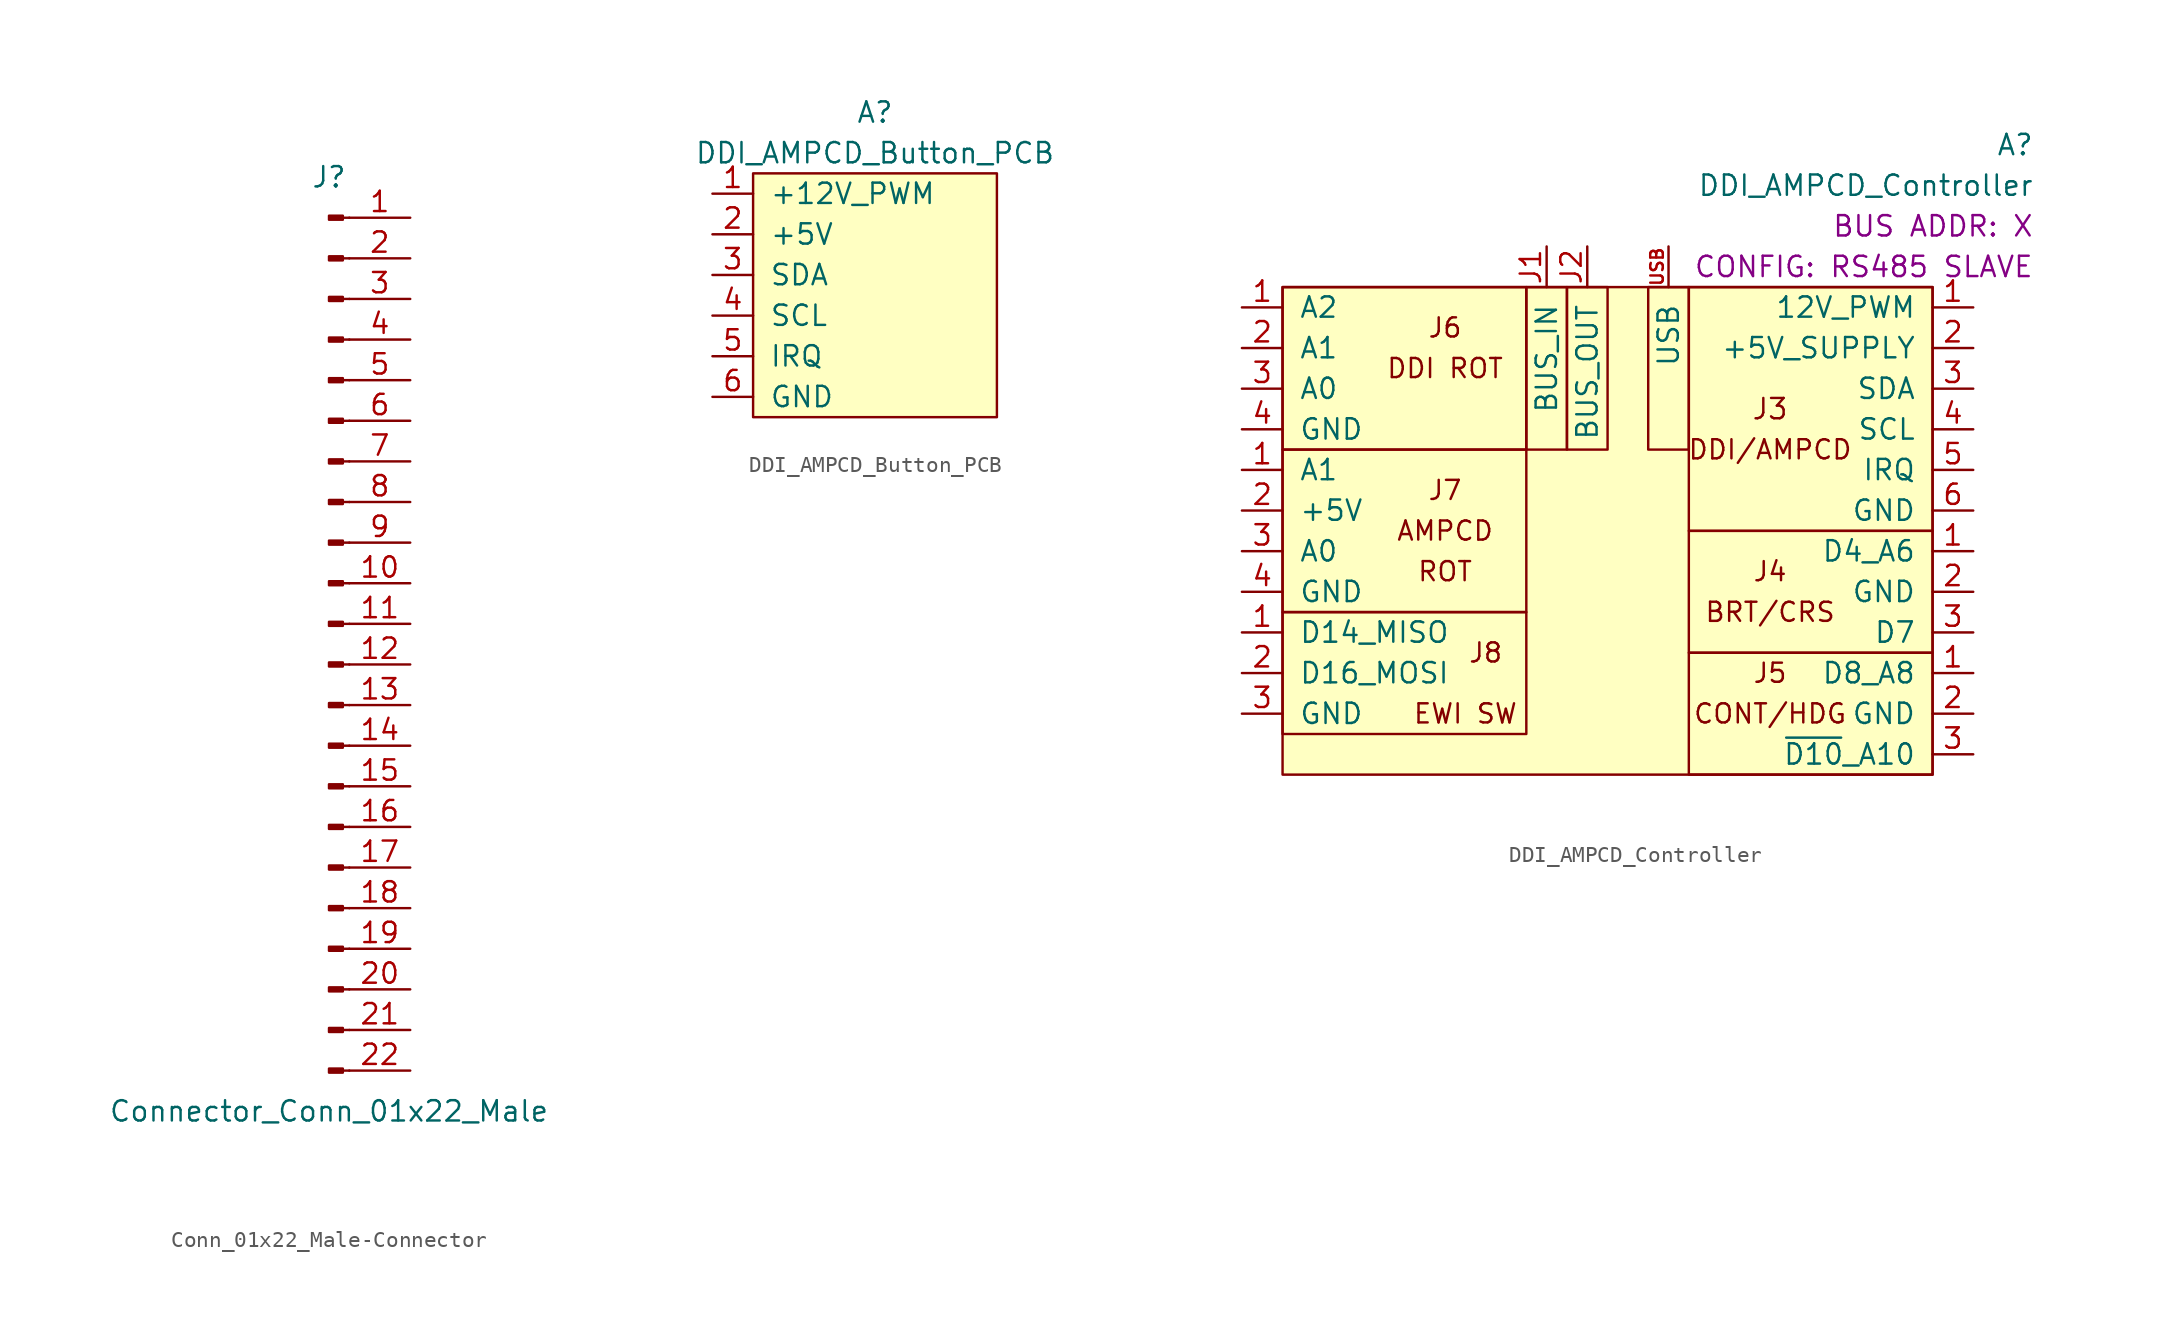
<source format=kicad_sym>
(kicad_symbol_lib
  (version 20231120)
  (generator "kicad_symbol_editor")
  (generator_version "8.0")
  (symbol "Conn_01x22_Male-Connector"
    (pin_names
      (offset 1.016) hide)
    (property "Reference" "J"
      (at 0 27.94 0)
      (effects (font (size 1.27 1.27))))
    (property "Value" "Connector_Conn_01x22_Male"
      (at 0 -30.48 0)
      (effects (font (size 1.27 1.27))))
    (symbol "Conn_01x22_Male-Connector_1_1"
      (polyline (pts (xy 1.27 -27.94) (xy 0.864 -27.94)) (stroke (width 0.152) (type solid)) (fill (type none)))
      (polyline (pts (xy 1.27 -25.4) (xy 0.864 -25.4)) (stroke (width 0.152) (type solid)) (fill (type none)))
      (polyline (pts (xy 1.27 -22.86) (xy 0.864 -22.86)) (stroke (width 0.152) (type solid)) (fill (type none)))
      (polyline (pts (xy 1.27 -20.32) (xy 0.864 -20.32)) (stroke (width 0.152) (type solid)) (fill (type none)))
      (polyline (pts (xy 1.27 -17.78) (xy 0.864 -17.78)) (stroke (width 0.152) (type solid)) (fill (type none)))
      (polyline (pts (xy 1.27 -15.24) (xy 0.864 -15.24)) (stroke (width 0.152) (type solid)) (fill (type none)))
      (polyline (pts (xy 1.27 -12.7) (xy 0.864 -12.7)) (stroke (width 0.152) (type solid)) (fill (type none)))
      (polyline (pts (xy 1.27 -10.16) (xy 0.864 -10.16)) (stroke (width 0.152) (type solid)) (fill (type none)))
      (polyline (pts (xy 1.27 -7.62) (xy 0.864 -7.62)) (stroke (width 0.152) (type solid)) (fill (type none)))
      (polyline (pts (xy 1.27 -5.08) (xy 0.864 -5.08)) (stroke (width 0.152) (type solid)) (fill (type none)))
      (polyline (pts (xy 1.27 -2.54) (xy 0.864 -2.54)) (stroke (width 0.152) (type solid)) (fill (type none)))
      (polyline (pts (xy 1.27 0) (xy 0.864 0)) (stroke (width 0.152) (type solid)) (fill (type none)))
      (polyline (pts (xy 1.27 2.54) (xy 0.864 2.54)) (stroke (width 0.152) (type solid)) (fill (type none)))
      (polyline (pts (xy 1.27 5.08) (xy 0.864 5.08)) (stroke (width 0.152) (type solid)) (fill (type none)))
      (polyline (pts (xy 1.27 7.62) (xy 0.864 7.62)) (stroke (width 0.152) (type solid)) (fill (type none)))
      (polyline (pts (xy 1.27 10.16) (xy 0.864 10.16)) (stroke (width 0.152) (type solid)) (fill (type none)))
      (polyline (pts (xy 1.27 12.7) (xy 0.864 12.7)) (stroke (width 0.152) (type solid)) (fill (type none)))
      (polyline (pts (xy 1.27 15.24) (xy 0.864 15.24)) (stroke (width 0.152) (type solid)) (fill (type none)))
      (polyline (pts (xy 1.27 17.78) (xy 0.864 17.78)) (stroke (width 0.152) (type solid)) (fill (type none)))
      (polyline (pts (xy 1.27 20.32) (xy 0.864 20.32)) (stroke (width 0.152) (type solid)) (fill (type none)))
      (polyline (pts (xy 1.27 22.86) (xy 0.864 22.86)) (stroke (width 0.152) (type solid)) (fill (type none)))
      (polyline (pts (xy 1.27 25.4) (xy 0.864 25.4)) (stroke (width 0.152) (type solid)) (fill (type none)))
      (rectangle (start 0.864 -27.813) (end 0 -28.067) (stroke (width 0.152) (type solid)) (fill (type outline)))
      (rectangle (start 0.864 -25.273) (end 0 -25.527) (stroke (width 0.152) (type solid)) (fill (type outline)))
      (rectangle (start 0.864 -22.733) (end 0 -22.987) (stroke (width 0.152) (type solid)) (fill (type outline)))
      (rectangle (start 0.864 -20.193) (end 0 -20.447) (stroke (width 0.152) (type solid)) (fill (type outline)))
      (rectangle (start 0.864 -17.653) (end 0 -17.907) (stroke (width 0.152) (type solid)) (fill (type outline)))
      (rectangle (start 0.864 -15.113) (end 0 -15.367) (stroke (width 0.152) (type solid)) (fill (type outline)))
      (rectangle (start 0.864 -12.573) (end 0 -12.827) (stroke (width 0.152) (type solid)) (fill (type outline)))
      (rectangle (start 0.864 -10.033) (end 0 -10.287) (stroke (width 0.152) (type solid)) (fill (type outline)))
      (rectangle (start 0.864 -7.493) (end 0 -7.747) (stroke (width 0.152) (type solid)) (fill (type outline)))
      (rectangle (start 0.864 -4.953) (end 0 -5.207) (stroke (width 0.152) (type solid)) (fill (type outline)))
      (rectangle (start 0.864 -2.413) (end 0 -2.667) (stroke (width 0.152) (type solid)) (fill (type outline)))
      (rectangle (start 0.864 0.127) (end 0 -0.127) (stroke (width 0.152) (type solid)) (fill (type outline)))
      (rectangle (start 0.864 2.667) (end 0 2.413) (stroke (width 0.152) (type solid)) (fill (type outline)))
      (rectangle (start 0.864 5.207) (end 0 4.953) (stroke (width 0.152) (type solid)) (fill (type outline)))
      (rectangle (start 0.864 7.747) (end 0 7.493) (stroke (width 0.152) (type solid)) (fill (type outline)))
      (rectangle (start 0.864 10.287) (end 0 10.033) (stroke (width 0.152) (type solid)) (fill (type outline)))
      (rectangle (start 0.864 12.827) (end 0 12.573) (stroke (width 0.152) (type solid)) (fill (type outline)))
      (rectangle (start 0.864 15.367) (end 0 15.113) (stroke (width 0.152) (type solid)) (fill (type outline)))
      (rectangle (start 0.864 17.907) (end 0 17.653) (stroke (width 0.152) (type solid)) (fill (type outline)))
      (rectangle (start 0.864 20.447) (end 0 20.193) (stroke (width 0.152) (type solid)) (fill (type outline)))
      (rectangle (start 0.864 22.987) (end 0 22.733) (stroke (width 0.152) (type solid)) (fill (type outline)))
      (rectangle (start 0.864 25.527) (end 0 25.273) (stroke (width 0.152) (type solid)) (fill (type outline)))
      (pin passive line (at 5.08 25.4 180) (length 3.81) (name "Pin_1" (effects (font (size 1.27 1.27)))) (number "1" (effects (font (size 1.27 1.27)))))
      (pin passive line (at 5.08 2.54 180) (length 3.81) (name "Pin_10" (effects (font (size 1.27 1.27)))) (number "10" (effects (font (size 1.27 1.27)))))
      (pin passive line (at 5.08 0 180) (length 3.81) (name "Pin_11" (effects (font (size 1.27 1.27)))) (number "11" (effects (font (size 1.27 1.27)))))
      (pin passive line (at 5.08 -2.54 180) (length 3.81) (name "Pin_12" (effects (font (size 1.27 1.27)))) (number "12" (effects (font (size 1.27 1.27)))))
      (pin passive line (at 5.08 -5.08 180) (length 3.81) (name "Pin_13" (effects (font (size 1.27 1.27)))) (number "13" (effects (font (size 1.27 1.27)))))
      (pin passive line (at 5.08 -7.62 180) (length 3.81) (name "Pin_14" (effects (font (size 1.27 1.27)))) (number "14" (effects (font (size 1.27 1.27)))))
      (pin passive line (at 5.08 -10.16 180) (length 3.81) (name "Pin_15" (effects (font (size 1.27 1.27)))) (number "15" (effects (font (size 1.27 1.27)))))
      (pin passive line (at 5.08 -12.7 180) (length 3.81) (name "Pin_16" (effects (font (size 1.27 1.27)))) (number "16" (effects (font (size 1.27 1.27)))))
      (pin passive line (at 5.08 -15.24 180) (length 3.81) (name "Pin_17" (effects (font (size 1.27 1.27)))) (number "17" (effects (font (size 1.27 1.27)))))
      (pin passive line (at 5.08 -17.78 180) (length 3.81) (name "Pin_18" (effects (font (size 1.27 1.27)))) (number "18" (effects (font (size 1.27 1.27)))))
      (pin passive line (at 5.08 -20.32 180) (length 3.81) (name "Pin_19" (effects (font (size 1.27 1.27)))) (number "19" (effects (font (size 1.27 1.27)))))
      (pin passive line (at 5.08 22.86 180) (length 3.81) (name "Pin_2" (effects (font (size 1.27 1.27)))) (number "2" (effects (font (size 1.27 1.27)))))
      (pin passive line (at 5.08 -22.86 180) (length 3.81) (name "Pin_20" (effects (font (size 1.27 1.27)))) (number "20" (effects (font (size 1.27 1.27)))))
      (pin passive line (at 5.08 -25.4 180) (length 3.81) (name "Pin_21" (effects (font (size 1.27 1.27)))) (number "21" (effects (font (size 1.27 1.27)))))
      (pin passive line (at 5.08 -27.94 180) (length 3.81) (name "Pin_22" (effects (font (size 1.27 1.27)))) (number "22" (effects (font (size 1.27 1.27)))))
      (pin passive line (at 5.08 20.32 180) (length 3.81) (name "Pin_3" (effects (font (size 1.27 1.27)))) (number "3" (effects (font (size 1.27 1.27)))))
      (pin passive line (at 5.08 17.78 180) (length 3.81) (name "Pin_4" (effects (font (size 1.27 1.27)))) (number "4" (effects (font (size 1.27 1.27)))))
      (pin passive line (at 5.08 15.24 180) (length 3.81) (name "Pin_5" (effects (font (size 1.27 1.27)))) (number "5" (effects (font (size 1.27 1.27)))))
      (pin passive line (at 5.08 12.7 180) (length 3.81) (name "Pin_6" (effects (font (size 1.27 1.27)))) (number "6" (effects (font (size 1.27 1.27)))))
      (pin passive line (at 5.08 10.16 180) (length 3.81) (name "Pin_7" (effects (font (size 1.27 1.27)))) (number "7" (effects (font (size 1.27 1.27)))))
      (pin passive line (at 5.08 7.62 180) (length 3.81) (name "Pin_8" (effects (font (size 1.27 1.27)))) (number "8" (effects (font (size 1.27 1.27)))))
      (pin passive line (at 5.08 5.08 180) (length 3.81) (name "Pin_9" (effects (font (size 1.27 1.27)))) (number "9" (effects (font (size 1.27 1.27)))))))
  (symbol "DDI_AMPCD_Button_PCB"
    (pin_names
      (offset 1.016))
    (property "Reference" "A"
      (at 0 11.43 0)
      (effects (font (size 1.27 1.27))))
    (property "Value" "DDI_AMPCD_Button_PCB"
      (at 0 8.89 0)
      (effects (font (size 1.27 1.27))))
    (symbol "DDI_AMPCD_Button_PCB_0_0"
      (rectangle (start -7.62 7.62) (end 7.62 -7.62) (stroke (width 0) (type default)) (fill (type background)))
      (pin power_in line (at -10.16 6.35 0) (length 2.54) (name "+12V_PWM" (effects (font (size 1.27 1.27)))) (number "1" (effects (font (size 1.27 1.27)))))
      (pin bidirectional line (at -10.16 3.81 0) (length 2.54) (name "+5V" (effects (font (size 1.27 1.27)))) (number "2" (effects (font (size 1.27 1.27)))))
      (pin bidirectional line (at -10.16 1.27 0) (length 2.54) (name "SDA" (effects (font (size 1.27 1.27)))) (number "3" (effects (font (size 1.27 1.27)))))
      (pin bidirectional line (at -10.16 -1.27 0) (length 2.54) (name "SCL" (effects (font (size 1.27 1.27)))) (number "4" (effects (font (size 1.27 1.27)))))
      (pin power_out line (at -10.16 -3.81 0) (length 2.54) (name "IRQ" (effects (font (size 1.27 1.27)))) (number "5" (effects (font (size 1.27 1.27)))))
      (pin unspecified line (at -10.16 -6.35 0) (length 2.54) (name "GND" (effects (font (size 1.27 1.27)))) (number "6" (effects (font (size 1.27 1.27)))))))
  (symbol "DDI_AMPCD_Controller"
    (pin_names
      (offset 1.016))
    (property "Reference" "A"
      (at 38.1 49.53 0)
      (effects (font (size 1.27 1.27)) (justify right)))
    (property "Value" "DDI_AMPCD_Controller"
      (at 38.1 46.99 0)
      (effects (font (size 1.27 1.27)) (justify right)))
    (property "CONFIG" "CONFIG: RS485 SLAVE"
      (at 38.1 41.91 0)
      (effects (font (size 1.27 1.27)) (justify right)))
    (property "RS485 ADDR" "BUS ADDR: X"
      (at 38.1 44.45 0)
      (effects (font (size 1.27 1.27)) (justify right)))
    (symbol "DDI_AMPCD_Controller_0_0"
      (rectangle (start -8.89 20.32) (end 6.35 12.7) (stroke (width 0) (type default)) (fill (type none)))
      (rectangle (start -8.89 30.48) (end 6.35 20.32) (stroke (width 0) (type default)) (fill (type none)))
      (rectangle (start -8.89 30.48) (end 6.35 40.64) (stroke (width 0) (type default)) (fill (type none)))
      (rectangle (start -8.89 40.64) (end 31.75 10.16) (stroke (width 0) (type default)) (fill (type background)))
      (rectangle (start 6.35 40.64) (end 8.89 30.48) (stroke (width 0) (type default)) (fill (type none)))
      (rectangle (start 8.89 40.64) (end 11.43 30.48) (stroke (width 0) (type default)) (fill (type none)))
      (rectangle (start 13.97 40.64) (end 16.51 30.48) (stroke (width 0) (type default)) (fill (type none)))
      (rectangle (start 31.75 17.78) (end 16.51 10.16) (stroke (width 0) (type default)) (fill (type none)))
      (rectangle (start 31.75 25.4) (end 16.51 17.78) (stroke (width 0) (type default)) (fill (type none)))
      (rectangle (start 31.75 25.4) (end 16.51 40.64) (stroke (width 0) (type default)) (fill (type none)))
      (text "AMPCD" (at 1.27 25.4 0) (effects (font (size 1.194 1.194))))
      (text "BRT/CRS" (at 21.59 20.32 0) (effects (font (size 1.194 1.194))))
      (text "CONT/HDG" (at 21.59 13.97 0) (effects (font (size 1.194 1.194))))
      (text "DDI ROT" (at 1.27 35.56 0) (effects (font (size 1.194 1.194))))
      (text "DDI/AMPCD" (at 21.59 30.48 0) (effects (font (size 1.194 1.194))))
      (text "EWI SW" (at 2.54 13.97 0) (effects (font (size 1.194 1.194))))
      (text "J3" (at 21.59 33.02 0) (effects (font (size 1.27 1.27))))
      (text "J4" (at 21.59 22.86 0) (effects (font (size 1.194 1.194))))
      (text "J5" (at 21.59 16.51 0) (effects (font (size 1.194 1.194))))
      (text "J6" (at 1.27 38.1 0) (effects (font (size 1.194 1.194))))
      (text "J7" (at 1.27 27.94 0) (effects (font (size 1.194 1.194))))
      (text "J8" (at 3.81 17.78 0) (effects (font (size 1.194 1.194))))
      (text "ROT" (at 1.27 22.86 0) (effects (font (size 1.194 1.194))))
      (pin unspecified line (at 34.29 39.37 180) (length 2.54) (name "12V_PWM" (effects (font (size 1.27 1.27)))) (number "1" (effects (font (size 1.27 1.27)))))
      (pin unspecified line (at -11.43 29.21 0) (length 2.54) (name "A1" (effects (font (size 1.27 1.27)))) (number "1" (effects (font (size 1.27 1.27)))))
      (pin unspecified line (at -11.43 39.37 0) (length 2.54) (name "A2" (effects (font (size 1.27 1.27)))) (number "1" (effects (font (size 1.27 1.27)))))
      (pin unspecified line (at -11.43 19.05 0) (length 2.54) (name "D14_MISO" (effects (font (size 1.27 1.27)))) (number "1" (effects (font (size 1.27 1.27)))))
      (pin unspecified line (at 34.29 24.13 180) (length 2.54) (name "D4_A6" (effects (font (size 1.27 1.27)))) (number "1" (effects (font (size 1.27 1.27)))))
      (pin unspecified line (at 34.29 16.51 180) (length 2.54) (name "D8_A8" (effects (font (size 1.27 1.27)))) (number "1" (effects (font (size 1.27 1.27)))))
      (pin unspecified line (at -11.43 26.67 0) (length 2.54) (name "+5V" (effects (font (size 1.27 1.27)))) (number "2" (effects (font (size 1.27 1.27)))))
      (pin unspecified line (at 34.29 36.83 180) (length 2.54) (name "+5V_SUPPLY" (effects (font (size 1.27 1.27)))) (number "2" (effects (font (size 1.27 1.27)))))
      (pin unspecified line (at -11.43 36.83 0) (length 2.54) (name "A1" (effects (font (size 1.27 1.27)))) (number "2" (effects (font (size 1.27 1.27)))))
      (pin unspecified line (at -11.43 16.51 0) (length 2.54) (name "D16_MOSI" (effects (font (size 1.27 1.27)))) (number "2" (effects (font (size 1.27 1.27)))))
      (pin unspecified line (at 34.29 13.97 180) (length 2.54) (name "GND" (effects (font (size 1.27 1.27)))) (number "2" (effects (font (size 1.27 1.27)))))
      (pin unspecified line (at 34.29 21.59 180) (length 2.54) (name "GND" (effects (font (size 1.27 1.27)))) (number "2" (effects (font (size 1.27 1.27)))))
      (pin unspecified line (at -11.43 24.13 0) (length 2.54) (name "A0" (effects (font (size 1.27 1.27)))) (number "3" (effects (font (size 1.27 1.27)))))
      (pin unspecified line (at -11.43 34.29 0) (length 2.54) (name "A0" (effects (font (size 1.27 1.27)))) (number "3" (effects (font (size 1.27 1.27)))))
      (pin unspecified line (at 34.29 19.05 180) (length 2.54) (name "D7" (effects (font (size 1.27 1.27)))) (number "3" (effects (font (size 1.27 1.27)))))
      (pin unspecified line (at -11.43 13.97 0) (length 2.54) (name "GND" (effects (font (size 1.27 1.27)))) (number "3" (effects (font (size 1.27 1.27)))))
      (pin unspecified line (at 34.29 34.29 180) (length 2.54) (name "SDA" (effects (font (size 1.27 1.27)))) (number "3" (effects (font (size 1.27 1.27)))))
      (pin unspecified line (at 34.29 11.43 180) (length 2.54) (name "~{D10}_A10" (effects (font (size 1.27 1.27)))) (number "3" (effects (font (size 1.27 1.27)))))
      (pin unspecified line (at -11.43 21.59 0) (length 2.54) (name "GND" (effects (font (size 1.27 1.27)))) (number "4" (effects (font (size 1.27 1.27)))))
      (pin unspecified line (at -11.43 31.75 0) (length 2.54) (name "GND" (effects (font (size 1.27 1.27)))) (number "4" (effects (font (size 1.27 1.27)))))
      (pin unspecified line (at 34.29 31.75 180) (length 2.54) (name "SCL" (effects (font (size 1.27 1.27)))) (number "4" (effects (font (size 1.27 1.27)))))
      (pin unspecified line (at 34.29 29.21 180) (length 2.54) (name "IRQ" (effects (font (size 1.27 1.27)))) (number "5" (effects (font (size 1.27 1.27)))))
      (pin unspecified line (at 34.29 26.67 180) (length 2.54) (name "GND" (effects (font (size 1.27 1.27)))) (number "6" (effects (font (size 1.27 1.27)))))
      (pin unspecified line (at 7.62 43.18 270) (length 2.54) (name "BUS_IN" (effects (font (size 1.27 1.27)))) (number "J1" (effects (font (size 1.27 1.27)))))
      (pin unspecified line (at 10.16 43.18 270) (length 2.54) (name "BUS_OUT" (effects (font (size 1.27 1.27)))) (number "J2" (effects (font (size 1.27 1.27)))))
      (pin unspecified line (at 15.24 43.18 270) (length 2.54) (name "USB" (effects (font (size 1.27 1.27)))) (number "USB" (effects (font (size 0.787 0.787))))))))
</source>
